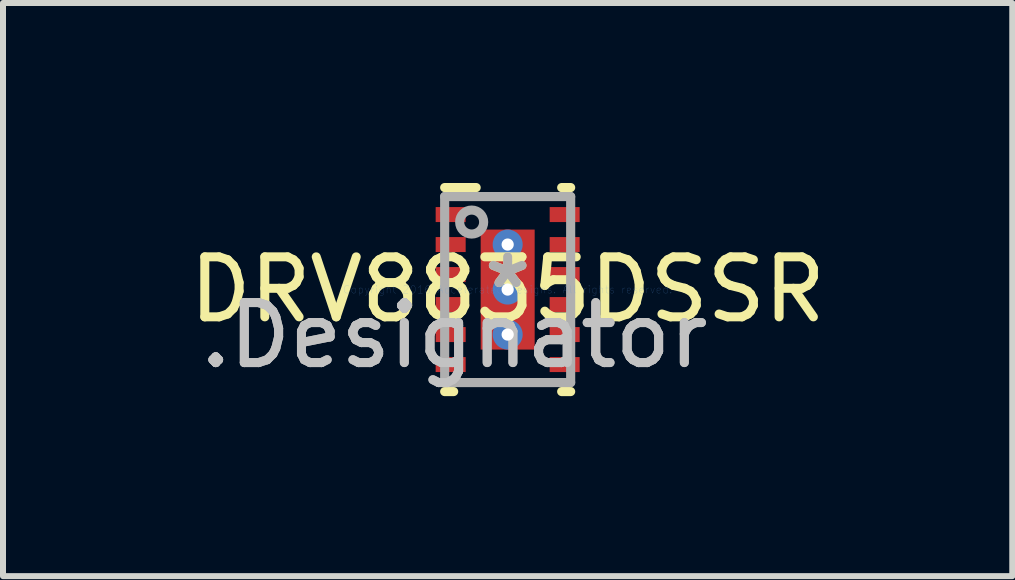
<source format=kicad_pcb>
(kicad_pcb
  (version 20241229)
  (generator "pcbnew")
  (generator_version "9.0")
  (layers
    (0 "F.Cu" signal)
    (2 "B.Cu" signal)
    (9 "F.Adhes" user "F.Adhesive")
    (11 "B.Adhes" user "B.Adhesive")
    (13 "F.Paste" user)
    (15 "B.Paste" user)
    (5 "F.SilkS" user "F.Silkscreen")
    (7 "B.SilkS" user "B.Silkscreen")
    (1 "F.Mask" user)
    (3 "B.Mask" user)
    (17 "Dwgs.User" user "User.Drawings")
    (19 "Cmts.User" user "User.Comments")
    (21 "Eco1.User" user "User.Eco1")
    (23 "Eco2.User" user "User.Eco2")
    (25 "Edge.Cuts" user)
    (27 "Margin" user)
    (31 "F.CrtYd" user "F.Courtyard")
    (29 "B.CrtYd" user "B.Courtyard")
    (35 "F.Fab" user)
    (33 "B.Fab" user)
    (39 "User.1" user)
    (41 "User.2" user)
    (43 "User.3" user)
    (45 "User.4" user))
  (footprint "DRV8835DSSR"
    (layer "F.Cu")
    (at 5.411 1.776)
    (property "Reference" "DRV8835DSSR" (at 0 0 0) (layer "F.SilkS") (effects (font (size 1 1) (thickness 0.15))))
    (attr through_hole)
    (fp_line (start -1.05 1.7) (end -0.9 1.7) (stroke (width 0.152) (type solid)) (layer "F.SilkS"))
    (fp_line (start -1.05 -1.7) (end -0.525 -1.7) (stroke (width 0.152) (type solid)) (layer "F.SilkS"))
    (fp_line (start 0.9 -1.7) (end 1.05 -1.7) (stroke (width 0.152) (type solid)) (layer "F.SilkS"))
    (fp_line (start 0.9 1.7) (end 1.05 1.7) (stroke (width 0.152) (type solid)) (layer "F.SilkS"))
    (fp_line (start -0.45 -0.95) (end -0.449 -0.96) (stroke (width 0.152) (type solid)) (layer "F.Paste"))
    (fp_line (start -0.45 -0.149) (end -0.45 -0.95) (stroke (width 0.152) (type solid)) (layer "F.Paste"))
    (fp_line (start -0.45 0.149) (end -0.449 0.14) (stroke (width 0.152) (type solid)) (layer "F.Paste"))
    (fp_line (start -0.45 0.95) (end -0.45 0.149) (stroke (width 0.152) (type solid)) (layer "F.Paste"))
    (fp_line (start -0.449 -0.96) (end -0.446 -0.969) (stroke (width 0.152) (type solid)) (layer "F.Paste"))
    (fp_line (start -0.449 -0.14) (end -0.45 -0.149) (stroke (width 0.152) (type solid)) (layer "F.Paste"))
    (fp_line (start -0.449 0.14) (end -0.446 0.131) (stroke (width 0.152) (type solid)) (layer "F.Paste"))
    (fp_line (start -0.449 0.96) (end -0.45 0.95) (stroke (width 0.152) (type solid)) (layer "F.Paste"))
    (fp_line (start -0.446 -0.969) (end -0.442 -0.978) (stroke (width 0.152) (type solid)) (layer "F.Paste"))
    (fp_line (start -0.446 -0.131) (end -0.449 -0.14) (stroke (width 0.152) (type solid)) (layer "F.Paste"))
    (fp_line (start -0.446 0.131) (end -0.442 0.122) (stroke (width 0.152) (type solid)) (layer "F.Paste"))
    (fp_line (start -0.446 0.969) (end -0.449 0.96) (stroke (width 0.152) (type solid)) (layer "F.Paste"))
    (fp_line (start -0.442 -0.978) (end -0.436 -0.986) (stroke (width 0.152) (type solid)) (layer "F.Paste"))
    (fp_line (start -0.442 -0.122) (end -0.446 -0.131) (stroke (width 0.152) (type solid)) (layer "F.Paste"))
    (fp_line (start -0.442 0.122) (end -0.436 0.114) (stroke (width 0.152) (type solid)) (layer "F.Paste"))
    (fp_line (start -0.442 0.978) (end -0.446 0.969) (stroke (width 0.152) (type solid)) (layer "F.Paste"))
    (fp_line (start -0.436 -0.986) (end -0.428 -0.992) (stroke (width 0.152) (type solid)) (layer "F.Paste"))
    (fp_line (start -0.436 -0.114) (end -0.442 -0.122) (stroke (width 0.152) (type solid)) (layer "F.Paste"))
    (fp_line (start -0.436 0.114) (end -0.428 0.108) (stroke (width 0.152) (type solid)) (layer "F.Paste"))
    (fp_line (start -0.436 0.986) (end -0.442 0.978) (stroke (width 0.152) (type solid)) (layer "F.Paste"))
    (fp_line (start -0.428 -0.992) (end -0.419 -0.996) (stroke (width 0.152) (type solid)) (layer "F.Paste"))
    (fp_line (start -0.428 -0.108) (end -0.436 -0.114) (stroke (width 0.152) (type solid)) (layer "F.Paste"))
    (fp_line (start -0.428 0.108) (end -0.419 0.104) (stroke (width 0.152) (type solid)) (layer "F.Paste"))
    (fp_line (start -0.428 0.992) (end -0.436 0.986) (stroke (width 0.152) (type solid)) (layer "F.Paste"))
    (fp_line (start -0.419 -0.996) (end -0.41 -0.999) (stroke (width 0.152) (type solid)) (layer "F.Paste"))
    (fp_line (start -0.419 -0.104) (end -0.428 -0.108) (stroke (width 0.152) (type solid)) (layer "F.Paste"))
    (fp_line (start -0.419 0.104) (end -0.41 0.101) (stroke (width 0.152) (type solid)) (layer "F.Paste"))
    (fp_line (start -0.419 0.996) (end -0.428 0.992) (stroke (width 0.152) (type solid)) (layer "F.Paste"))
    (fp_line (start -0.41 -0.999) (end -0.401 -1) (stroke (width 0.152) (type solid)) (layer "F.Paste"))
    (fp_line (start -0.41 -0.101) (end -0.419 -0.104) (stroke (width 0.152) (type solid)) (layer "F.Paste"))
    (fp_line (start -0.41 0.101) (end -0.401 0.1) (stroke (width 0.152) (type solid)) (layer "F.Paste"))
    (fp_line (start -0.41 0.999) (end -0.419 0.996) (stroke (width 0.152) (type solid)) (layer "F.Paste"))
    (fp_line (start -0.401 -1) (end 0.4 -1) (stroke (width 0.152) (type solid)) (layer "F.Paste"))
    (fp_line (start -0.401 -0.1) (end -0.41 -0.101) (stroke (width 0.152) (type solid)) (layer "F.Paste"))
    (fp_line (start -0.401 0.1) (end 0.4 0.1) (stroke (width 0.152) (type solid)) (layer "F.Paste"))
    (fp_line (start -0.401 1) (end -0.41 0.999) (stroke (width 0.152) (type solid)) (layer "F.Paste"))
    (fp_line (start 0.4 -1) (end 0.41 -0.999) (stroke (width 0.152) (type solid)) (layer "F.Paste"))
    (fp_line (start 0.4 -0.1) (end -0.401 -0.1) (stroke (width 0.152) (type solid)) (layer "F.Paste"))
    (fp_line (start 0.4 0.1) (end 0.41 0.101) (stroke (width 0.152) (type solid)) (layer "F.Paste"))
    (fp_line (start 0.4 1) (end -0.401 1) (stroke (width 0.152) (type solid)) (layer "F.Paste"))
    (fp_line (start 0.41 -0.999) (end 0.419 -0.996) (stroke (width 0.152) (type solid)) (layer "F.Paste"))
    (fp_line (start 0.41 -0.101) (end 0.4 -0.1) (stroke (width 0.152) (type solid)) (layer "F.Paste"))
    (fp_line (start 0.41 0.101) (end 0.419 0.104) (stroke (width 0.152) (type solid)) (layer "F.Paste"))
    (fp_line (start 0.41 0.999) (end 0.4 1) (stroke (width 0.152) (type solid)) (layer "F.Paste"))
    (fp_line (start 0.419 -0.996) (end 0.428 -0.992) (stroke (width 0.152) (type solid)) (layer "F.Paste"))
    (fp_line (start 0.419 -0.104) (end 0.41 -0.101) (stroke (width 0.152) (type solid)) (layer "F.Paste"))
    (fp_line (start 0.419 0.104) (end 0.428 0.108) (stroke (width 0.152) (type solid)) (layer "F.Paste"))
    (fp_line (start 0.419 0.996) (end 0.41 0.999) (stroke (width 0.152) (type solid)) (layer "F.Paste"))
    (fp_line (start 0.428 -0.992) (end 0.436 -0.986) (stroke (width 0.152) (type solid)) (layer "F.Paste"))
    (fp_line (start 0.428 -0.108) (end 0.419 -0.104) (stroke (width 0.152) (type solid)) (layer "F.Paste"))
    (fp_line (start 0.428 0.108) (end 0.436 0.114) (stroke (width 0.152) (type solid)) (layer "F.Paste"))
    (fp_line (start 0.428 0.992) (end 0.419 0.996) (stroke (width 0.152) (type solid)) (layer "F.Paste"))
    (fp_line (start 0.436 -0.986) (end 0.442 -0.978) (stroke (width 0.152) (type solid)) (layer "F.Paste"))
    (fp_line (start 0.436 -0.114) (end 0.428 -0.108) (stroke (width 0.152) (type solid)) (layer "F.Paste"))
    (fp_line (start 0.436 0.114) (end 0.442 0.122) (stroke (width 0.152) (type solid)) (layer "F.Paste"))
    (fp_line (start 0.436 0.986) (end 0.428 0.992) (stroke (width 0.152) (type solid)) (layer "F.Paste"))
    (fp_line (start 0.442 -0.978) (end 0.446 -0.969) (stroke (width 0.152) (type solid)) (layer "F.Paste"))
    (fp_line (start 0.442 -0.122) (end 0.436 -0.114) (stroke (width 0.152) (type solid)) (layer "F.Paste"))
    (fp_line (start 0.442 0.122) (end 0.446 0.131) (stroke (width 0.152) (type solid)) (layer "F.Paste"))
    (fp_line (start 0.442 0.978) (end 0.436 0.986) (stroke (width 0.152) (type solid)) (layer "F.Paste"))
    (fp_line (start 0.446 -0.969) (end 0.449 -0.96) (stroke (width 0.152) (type solid)) (layer "F.Paste"))
    (fp_line (start 0.446 -0.131) (end 0.442 -0.122) (stroke (width 0.152) (type solid)) (layer "F.Paste"))
    (fp_line (start 0.446 0.131) (end 0.449 0.14) (stroke (width 0.152) (type solid)) (layer "F.Paste"))
    (fp_line (start 0.446 0.969) (end 0.442 0.978) (stroke (width 0.152) (type solid)) (layer "F.Paste"))
    (fp_line (start 0.449 -0.96) (end 0.45 -0.95) (stroke (width 0.152) (type solid)) (layer "F.Paste"))
    (fp_line (start 0.449 -0.14) (end 0.446 -0.131) (stroke (width 0.152) (type solid)) (layer "F.Paste"))
    (fp_line (start 0.449 0.14) (end 0.45 0.149) (stroke (width 0.152) (type solid)) (layer "F.Paste"))
    (fp_line (start 0.449 0.96) (end 0.446 0.969) (stroke (width 0.152) (type solid)) (layer "F.Paste"))
    (fp_line (start 0.45 -0.95) (end 0.45 -0.149) (stroke (width 0.152) (type solid)) (layer "F.Paste"))
    (fp_line (start 0.45 -0.149) (end 0.449 -0.14) (stroke (width 0.152) (type solid)) (layer "F.Paste"))
    (fp_line (start 0.45 0.149) (end 0.45 0.95) (stroke (width 0.152) (type solid)) (layer "F.Paste"))
    (fp_line (start 0.45 0.95) (end 0.449 0.96) (stroke (width 0.152) (type solid)) (layer "F.Paste"))
    (fp_line (start -1.05 -1.55) (end 1.05 -1.55) (stroke (width 0.152) (type solid)) (layer "F.Fab"))
    (fp_line (start -1.05 1.55) (end -1.05 -1.55) (stroke (width 0.152) (type solid)) (layer "F.Fab"))
    (fp_line (start -1.05 1.55) (end 1.05 1.55) (stroke (width 0.152) (type solid)) (layer "F.Fab"))
    (fp_line (start 1.05 1.55) (end 1.05 -1.55) (stroke (width 0.152) (type solid)) (layer "F.Fab"))
    (fp_circle (center -0.6 -1.125) (end -0.4 -1.125) (stroke (width 0.152) (type solid)) (fill no) (layer "F.Fab"))
    (fp_text user "*" (at 0 0 0) (layer "F.SilkS") (effects (font (size 1 1) (thickness 0.15))))
    (fp_text user ".Designator" (at -0.889 0.762 0) (layer "Dwgs.User") (effects (font (size 1 1) (thickness 0.15))))
    (fp_text user "Copyright 2016 Accelerated Designs. All rights reserved." (at 0 0 0) (layer "Cmts.User") (effects (font (size 0.127 0.127) (thickness 0.002))))
    (fp_text user ".Designator" (at -0.889 0.762 0) (layer "F.Fab") (effects (font (size 1 1) (thickness 0.15))))
    (fp_text user "*" (at 0 0 0) (layer "F.Fab") (effects (font (size 1 1) (thickness 0.15))))
    (pad "1" smd rect (at -0.95 -1.25 90) (size 0.25 0.5) (layers "F.Cu" "F.Mask" "F.Paste"))
    (pad "2" smd rect (at -0.95 -0.75 90) (size 0.25 0.5) (layers "F.Cu" "F.Mask" "F.Paste"))
    (pad "3" smd rect (at -0.95 -0.25 90) (size 0.25 0.5) (layers "F.Cu" "F.Mask" "F.Paste"))
    (pad "4" smd rect (at -0.95 0.25 90) (size 0.25 0.5) (layers "F.Cu" "F.Mask" "F.Paste"))
    (pad "5" smd rect (at -0.95 0.75 90) (size 0.25 0.5) (layers "F.Cu" "F.Mask" "F.Paste"))
    (pad "6" smd rect (at -0.95 1.25 90) (size 0.25 0.5) (layers "F.Cu" "F.Mask" "F.Paste"))
    (pad "7" smd rect (at 0.95 1.25 90) (size 0.25 0.5) (layers "F.Cu" "F.Mask" "F.Paste"))
    (pad "8" smd rect (at 0.95 0.75 90) (size 0.25 0.5) (layers "F.Cu" "F.Mask" "F.Paste"))
    (pad "9" smd rect (at 0.95 0.25 90) (size 0.25 0.5) (layers "F.Cu" "F.Mask" "F.Paste"))
    (pad "10" smd rect (at 0.95 -0.25 90) (size 0.25 0.5) (layers "F.Cu" "F.Mask" "F.Paste"))
    (pad "11" smd rect (at 0.95 -0.75 90) (size 0.25 0.5) (layers "F.Cu" "F.Mask" "F.Paste"))
    (pad "12" smd rect (at 0.95 -1.25 90) (size 0.25 0.5) (layers "F.Cu" "F.Mask" "F.Paste"))
    (pad "13" smd rect (at 0 0) (size 0.9 2) (layers "F.Cu" "F.Mask" "F.Paste"))
    (pad "V" thru_hole circle (at -0.000003 -0.75) (size 0.5 0.5) (drill 0.203) (layers "*.Cu" "*.Mask"))
    (pad "V" thru_hole circle (at -0.000003 0) (size 0.5 0.5) (drill 0.203) (layers "*.Cu" "*.Mask"))
    (pad "V" thru_hole circle (at -0.000003 0.75) (size 0.5 0.5) (drill 0.203) (layers "*.Cu" "*.Mask")))
  (gr_rect
    (start -3 -3)
    (end 13.821 6.552)
    (stroke (width 0.1) (type default))
    (fill no)
    (layer "Edge.Cuts")))
</source>
